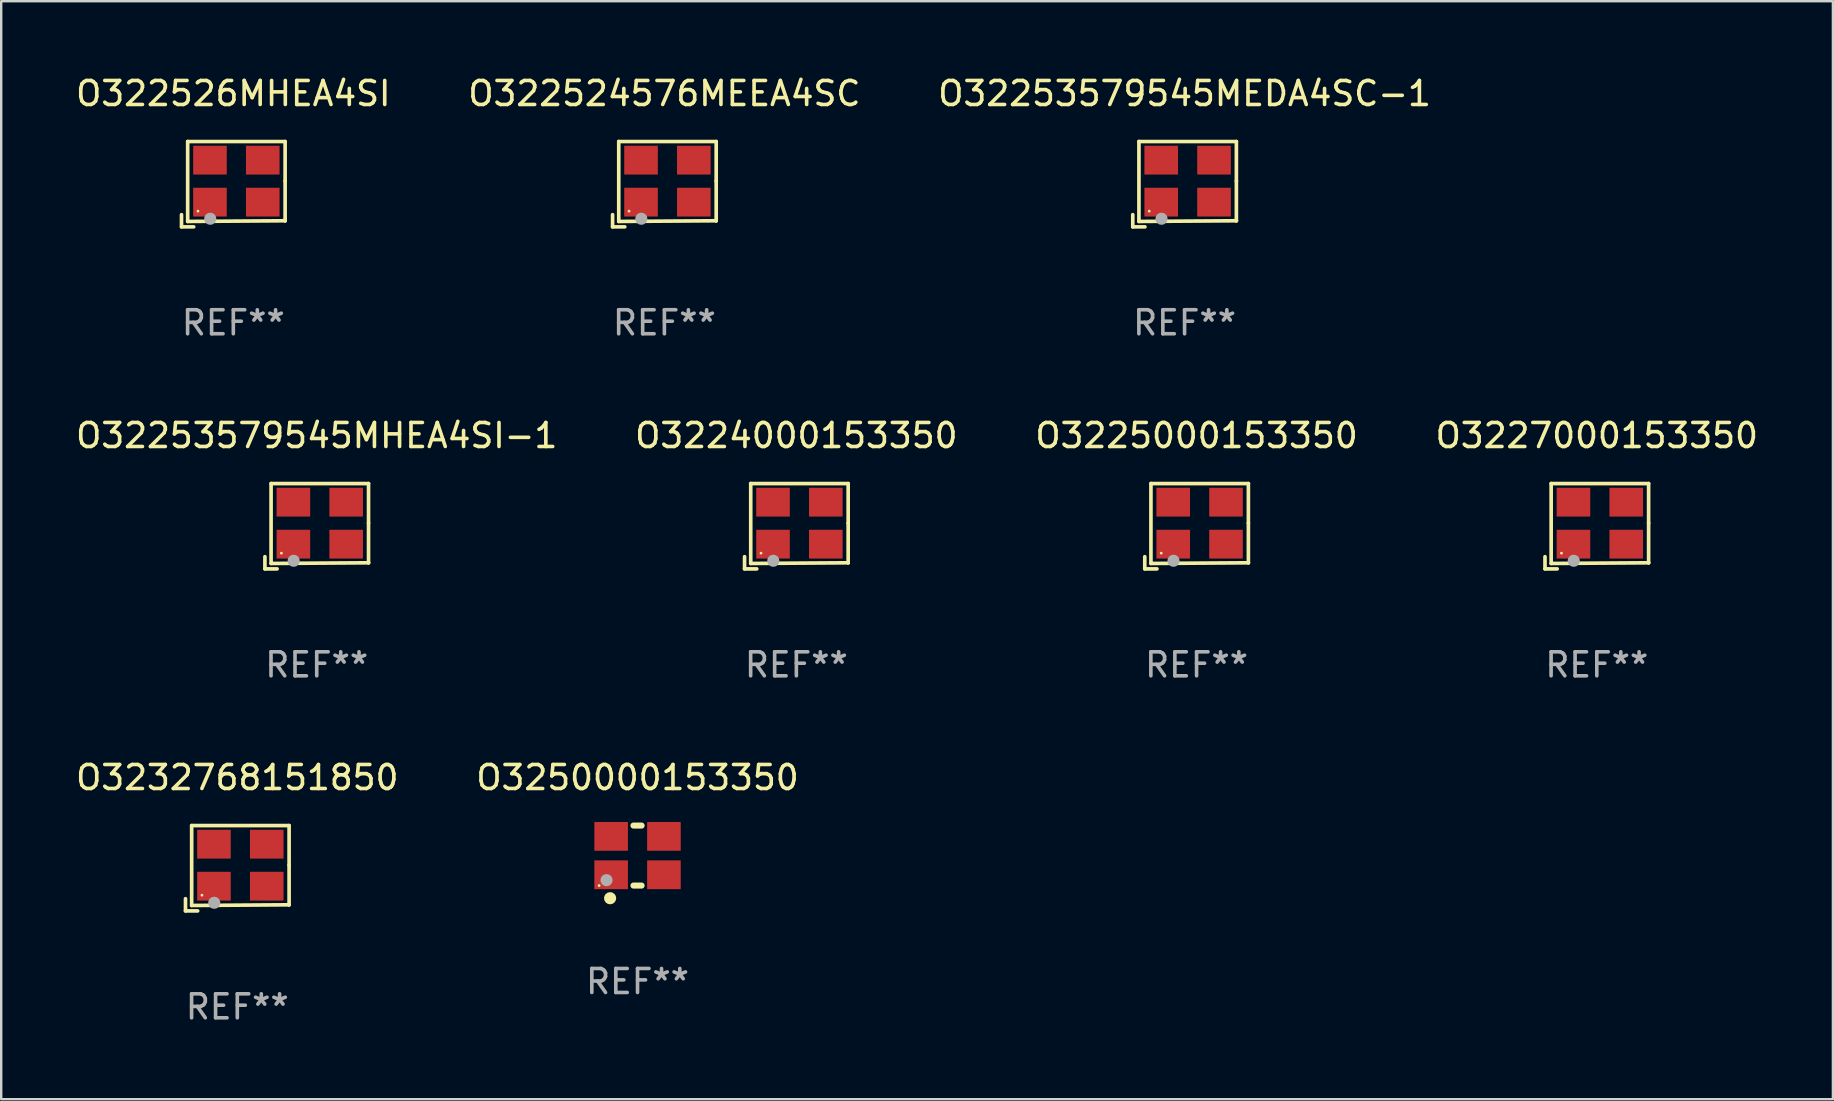
<source format=kicad_pcb>
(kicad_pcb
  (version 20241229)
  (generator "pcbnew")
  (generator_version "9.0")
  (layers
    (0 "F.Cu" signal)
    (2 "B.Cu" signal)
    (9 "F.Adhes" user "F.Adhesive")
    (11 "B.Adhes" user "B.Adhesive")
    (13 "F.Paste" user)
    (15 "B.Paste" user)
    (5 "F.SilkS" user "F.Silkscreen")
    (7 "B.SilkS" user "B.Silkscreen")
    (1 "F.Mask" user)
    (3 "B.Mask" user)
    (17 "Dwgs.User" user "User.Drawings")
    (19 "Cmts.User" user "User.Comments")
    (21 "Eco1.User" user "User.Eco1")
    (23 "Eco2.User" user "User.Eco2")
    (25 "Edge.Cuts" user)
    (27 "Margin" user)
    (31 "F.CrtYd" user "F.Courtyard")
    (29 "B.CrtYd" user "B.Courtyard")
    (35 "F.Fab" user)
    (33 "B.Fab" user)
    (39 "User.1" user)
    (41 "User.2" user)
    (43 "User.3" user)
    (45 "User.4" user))
  (footprint "O3225000153350"
    (layer "F.Cu")
    (at 46.815 18.879)
    (property "Reference" "O3225000153350" (at 0 -3.778 0) (layer "F.SilkS") (effects (font (size 1 1) (thickness 0.15))))
    (attr through_hole)
    (fp_line (start -2.159 1.27) (end -2.159 1.778) (stroke (width 0.152) (type solid)) (layer "F.SilkS"))
    (fp_line (start -2.159 1.778) (end -1.651 1.778) (stroke (width 0.152) (type solid)) (layer "F.SilkS"))
    (fp_line (start -1.902 -1.778) (end 2.159 -1.778) (stroke (width 0.152) (type solid)) (layer "F.SilkS"))
    (fp_line (start -1.902 1.552) (end -1.902 -1.778) (stroke (width 0.152) (type solid)) (layer "F.SilkS"))
    (fp_line (start 2.159 -1.778) (end 2.159 -0.127) (stroke (width 0.152) (type solid)) (layer "F.SilkS"))
    (fp_line (start 2.159 -0.127) (end 2.159 1.524) (stroke (width 0.152) (type solid)) (layer "F.SilkS"))
    (fp_line (start 2.159 1.524) (end -1.902 1.552) (stroke (width 0.152) (type solid)) (layer "F.SilkS"))
    (fp_line (start 2.159 1.524) (end 2.159 1.524) (stroke (width 0.152) (type solid)) (layer "F.SilkS"))
    (fp_circle (center -1.473 1.123) (end -1.443 1.123) (stroke (width 0.06) (type solid)) (fill no) (layer "F.SilkS"))
    (fp_circle (center -0.961 1.44) (end -0.834 1.44) (stroke (width 0.254) (type solid)) (fill no) (layer "F.Fab"))
    (fp_text user "REF**" (at 0 5.778 0) (layer "F.Fab") (effects (font (size 1 1) (thickness 0.15))))
    (pad "1" smd rect (at -0.973 0.748) (size 1.4 1.2) (layers "F.Cu" "F.Mask" "F.Paste"))
    (pad "2" smd rect (at 1.227 0.748) (size 1.4 1.2) (layers "F.Cu" "F.Mask" "F.Paste"))
    (pad "3" smd rect (at 1.227 -1.002) (size 1.4 1.2) (layers "F.Cu" "F.Mask" "F.Paste"))
    (pad "4" smd rect (at -0.973 -1.002) (size 1.4 1.2) (layers "F.Cu" "F.Mask" "F.Paste")))
  (footprint "O32253579545MEDA4SC-1"
    (layer "F.Cu")
    (at 46.315 4.626)
    (property "Reference" "O32253579545MEDA4SC-1" (at 0 -3.778 0) (layer "F.SilkS") (effects (font (size 1 1) (thickness 0.15))))
    (attr through_hole)
    (fp_line (start -2.159 1.27) (end -2.159 1.778) (stroke (width 0.152) (type solid)) (layer "F.SilkS"))
    (fp_line (start -2.159 1.778) (end -1.651 1.778) (stroke (width 0.152) (type solid)) (layer "F.SilkS"))
    (fp_line (start -1.902 -1.778) (end 2.159 -1.778) (stroke (width 0.152) (type solid)) (layer "F.SilkS"))
    (fp_line (start -1.902 1.552) (end -1.902 -1.778) (stroke (width 0.152) (type solid)) (layer "F.SilkS"))
    (fp_line (start 2.159 -1.778) (end 2.159 -0.127) (stroke (width 0.152) (type solid)) (layer "F.SilkS"))
    (fp_line (start 2.159 -0.127) (end 2.159 1.524) (stroke (width 0.152) (type solid)) (layer "F.SilkS"))
    (fp_line (start 2.159 1.524) (end -1.902 1.552) (stroke (width 0.152) (type solid)) (layer "F.SilkS"))
    (fp_line (start 2.159 1.524) (end 2.159 1.524) (stroke (width 0.152) (type solid)) (layer "F.SilkS"))
    (fp_circle (center -1.473 1.123) (end -1.443 1.123) (stroke (width 0.06) (type solid)) (fill no) (layer "F.SilkS"))
    (fp_circle (center -0.961 1.44) (end -0.834 1.44) (stroke (width 0.254) (type solid)) (fill no) (layer "F.Fab"))
    (fp_text user "REF**" (at 0 5.778 0) (layer "F.Fab") (effects (font (size 1 1) (thickness 0.15))))
    (pad "1" smd rect (at -0.973 0.748) (size 1.4 1.2) (layers "F.Cu" "F.Mask" "F.Paste"))
    (pad "2" smd rect (at 1.227 0.748) (size 1.4 1.2) (layers "F.Cu" "F.Mask" "F.Paste"))
    (pad "3" smd rect (at 1.227 -1.002) (size 1.4 1.2) (layers "F.Cu" "F.Mask" "F.Paste"))
    (pad "4" smd rect (at -0.973 -1.002) (size 1.4 1.2) (layers "F.Cu" "F.Mask" "F.Paste")))
  (footprint "O32253579545MHEA4SI-1"
    (layer "F.Cu")
    (at 10.149 18.879)
    (property "Reference" "O32253579545MHEA4SI-1" (at 0 -3.778 0) (layer "F.SilkS") (effects (font (size 1 1) (thickness 0.15))))
    (attr through_hole)
    (fp_line (start -2.159 1.27) (end -2.159 1.778) (stroke (width 0.152) (type solid)) (layer "F.SilkS"))
    (fp_line (start -2.159 1.778) (end -1.651 1.778) (stroke (width 0.152) (type solid)) (layer "F.SilkS"))
    (fp_line (start -1.902 -1.778) (end 2.159 -1.778) (stroke (width 0.152) (type solid)) (layer "F.SilkS"))
    (fp_line (start -1.902 1.552) (end -1.902 -1.778) (stroke (width 0.152) (type solid)) (layer "F.SilkS"))
    (fp_line (start 2.159 -1.778) (end 2.159 -0.127) (stroke (width 0.152) (type solid)) (layer "F.SilkS"))
    (fp_line (start 2.159 -0.127) (end 2.159 1.524) (stroke (width 0.152) (type solid)) (layer "F.SilkS"))
    (fp_line (start 2.159 1.524) (end -1.902 1.552) (stroke (width 0.152) (type solid)) (layer "F.SilkS"))
    (fp_line (start 2.159 1.524) (end 2.159 1.524) (stroke (width 0.152) (type solid)) (layer "F.SilkS"))
    (fp_circle (center -1.473 1.123) (end -1.443 1.123) (stroke (width 0.06) (type solid)) (fill no) (layer "F.SilkS"))
    (fp_circle (center -0.961 1.44) (end -0.834 1.44) (stroke (width 0.254) (type solid)) (fill no) (layer "F.Fab"))
    (fp_text user "REF**" (at 0 5.778 0) (layer "F.Fab") (effects (font (size 1 1) (thickness 0.15))))
    (pad "1" smd rect (at -0.973 0.748) (size 1.4 1.2) (layers "F.Cu" "F.Mask" "F.Paste"))
    (pad "2" smd rect (at 1.227 0.748) (size 1.4 1.2) (layers "F.Cu" "F.Mask" "F.Paste"))
    (pad "3" smd rect (at 1.227 -1.002) (size 1.4 1.2) (layers "F.Cu" "F.Mask" "F.Paste"))
    (pad "4" smd rect (at -0.973 -1.002) (size 1.4 1.2) (layers "F.Cu" "F.Mask" "F.Paste")))
  (footprint "O322526MHEA4SI"
    (layer "F.Cu")
    (at 6.673 4.626)
    (property "Reference" "O322526MHEA4SI" (at 0 -3.778 0) (layer "F.SilkS") (effects (font (size 1 1) (thickness 0.15))))
    (attr through_hole)
    (fp_line (start -2.159 1.27) (end -2.159 1.778) (stroke (width 0.152) (type solid)) (layer "F.SilkS"))
    (fp_line (start -2.159 1.778) (end -1.651 1.778) (stroke (width 0.152) (type solid)) (layer "F.SilkS"))
    (fp_line (start -1.902 -1.778) (end 2.159 -1.778) (stroke (width 0.152) (type solid)) (layer "F.SilkS"))
    (fp_line (start -1.902 1.552) (end -1.902 -1.778) (stroke (width 0.152) (type solid)) (layer "F.SilkS"))
    (fp_line (start 2.159 -1.778) (end 2.159 -0.127) (stroke (width 0.152) (type solid)) (layer "F.SilkS"))
    (fp_line (start 2.159 -0.127) (end 2.159 1.524) (stroke (width 0.152) (type solid)) (layer "F.SilkS"))
    (fp_line (start 2.159 1.524) (end -1.902 1.552) (stroke (width 0.152) (type solid)) (layer "F.SilkS"))
    (fp_line (start 2.159 1.524) (end 2.159 1.524) (stroke (width 0.152) (type solid)) (layer "F.SilkS"))
    (fp_circle (center -1.473 1.123) (end -1.443 1.123) (stroke (width 0.06) (type solid)) (fill no) (layer "F.SilkS"))
    (fp_circle (center -0.961 1.44) (end -0.834 1.44) (stroke (width 0.254) (type solid)) (fill no) (layer "F.Fab"))
    (fp_text user "REF**" (at 0 5.778 0) (layer "F.Fab") (effects (font (size 1 1) (thickness 0.15))))
    (pad "1" smd rect (at -0.973 0.748) (size 1.4 1.2) (layers "F.Cu" "F.Mask" "F.Paste"))
    (pad "2" smd rect (at 1.227 0.748) (size 1.4 1.2) (layers "F.Cu" "F.Mask" "F.Paste"))
    (pad "3" smd rect (at 1.227 -1.002) (size 1.4 1.2) (layers "F.Cu" "F.Mask" "F.Paste"))
    (pad "4" smd rect (at -0.973 -1.002) (size 1.4 1.2) (layers "F.Cu" "F.Mask" "F.Paste")))
  (footprint "O3232768151850"
    (layer "F.Cu")
    (at 6.839 33.132)
    (property "Reference" "O3232768151850" (at 0 -3.778 0) (layer "F.SilkS") (effects (font (size 1 1) (thickness 0.15))))
    (attr through_hole)
    (fp_line (start -2.159 1.27) (end -2.159 1.778) (stroke (width 0.152) (type solid)) (layer "F.SilkS"))
    (fp_line (start -2.159 1.778) (end -1.651 1.778) (stroke (width 0.152) (type solid)) (layer "F.SilkS"))
    (fp_line (start -1.902 -1.778) (end 2.159 -1.778) (stroke (width 0.152) (type solid)) (layer "F.SilkS"))
    (fp_line (start -1.902 1.552) (end -1.902 -1.778) (stroke (width 0.152) (type solid)) (layer "F.SilkS"))
    (fp_line (start 2.159 -1.778) (end 2.159 -0.127) (stroke (width 0.152) (type solid)) (layer "F.SilkS"))
    (fp_line (start 2.159 -0.127) (end 2.159 1.524) (stroke (width 0.152) (type solid)) (layer "F.SilkS"))
    (fp_line (start 2.159 1.524) (end -1.902 1.552) (stroke (width 0.152) (type solid)) (layer "F.SilkS"))
    (fp_line (start 2.159 1.524) (end 2.159 1.524) (stroke (width 0.152) (type solid)) (layer "F.SilkS"))
    (fp_circle (center -1.473 1.123) (end -1.443 1.123) (stroke (width 0.06) (type solid)) (fill no) (layer "F.SilkS"))
    (fp_circle (center -0.961 1.44) (end -0.834 1.44) (stroke (width 0.254) (type solid)) (fill no) (layer "F.Fab"))
    (fp_text user "REF**" (at 0 5.778 0) (layer "F.Fab") (effects (font (size 1 1) (thickness 0.15))))
    (pad "1" smd rect (at -0.973 0.748) (size 1.4 1.2) (layers "F.Cu" "F.Mask" "F.Paste"))
    (pad "2" smd rect (at 1.227 0.748) (size 1.4 1.2) (layers "F.Cu" "F.Mask" "F.Paste"))
    (pad "3" smd rect (at 1.227 -1.002) (size 1.4 1.2) (layers "F.Cu" "F.Mask" "F.Paste"))
    (pad "4" smd rect (at -0.973 -1.002) (size 1.4 1.2) (layers "F.Cu" "F.Mask" "F.Paste")))
  (footprint "O3227000153350"
    (layer "F.Cu")
    (at 63.494 18.879)
    (property "Reference" "O3227000153350" (at 0 -3.778 0) (layer "F.SilkS") (effects (font (size 1 1) (thickness 0.15))))
    (attr through_hole)
    (fp_line (start -2.159 1.27) (end -2.159 1.778) (stroke (width 0.152) (type solid)) (layer "F.SilkS"))
    (fp_line (start -2.159 1.778) (end -1.651 1.778) (stroke (width 0.152) (type solid)) (layer "F.SilkS"))
    (fp_line (start -1.902 -1.778) (end 2.159 -1.778) (stroke (width 0.152) (type solid)) (layer "F.SilkS"))
    (fp_line (start -1.902 1.552) (end -1.902 -1.778) (stroke (width 0.152) (type solid)) (layer "F.SilkS"))
    (fp_line (start 2.159 -1.778) (end 2.159 -0.127) (stroke (width 0.152) (type solid)) (layer "F.SilkS"))
    (fp_line (start 2.159 -0.127) (end 2.159 1.524) (stroke (width 0.152) (type solid)) (layer "F.SilkS"))
    (fp_line (start 2.159 1.524) (end -1.902 1.552) (stroke (width 0.152) (type solid)) (layer "F.SilkS"))
    (fp_line (start 2.159 1.524) (end 2.159 1.524) (stroke (width 0.152) (type solid)) (layer "F.SilkS"))
    (fp_circle (center -1.473 1.123) (end -1.443 1.123) (stroke (width 0.06) (type solid)) (fill no) (layer "F.SilkS"))
    (fp_circle (center -0.961 1.44) (end -0.834 1.44) (stroke (width 0.254) (type solid)) (fill no) (layer "F.Fab"))
    (fp_text user "REF**" (at 0 5.778 0) (layer "F.Fab") (effects (font (size 1 1) (thickness 0.15))))
    (pad "1" smd rect (at -0.973 0.748) (size 1.4 1.2) (layers "F.Cu" "F.Mask" "F.Paste"))
    (pad "2" smd rect (at 1.227 0.748) (size 1.4 1.2) (layers "F.Cu" "F.Mask" "F.Paste"))
    (pad "3" smd rect (at 1.227 -1.002) (size 1.4 1.2) (layers "F.Cu" "F.Mask" "F.Paste"))
    (pad "4" smd rect (at -0.973 -1.002) (size 1.4 1.2) (layers "F.Cu" "F.Mask" "F.Paste")))
  (footprint "O3250000153350"
    (layer "F.Cu")
    (at 23.518 32.604)
    (property "Reference" "O3250000153350" (at 0 -3.25 0) (layer "F.SilkS") (effects (font (size 1 1) (thickness 0.15))))
    (attr through_hole)
    (fp_line (start -0.169 -1.25) (end 0.169 -1.25) (stroke (width 0.254) (type solid)) (layer "F.SilkS"))
    (fp_line (start -0.169 1.25) (end 0.169 1.25) (stroke (width 0.254) (type solid)) (layer "F.SilkS"))
    (fp_circle (center -1.6 1.25) (end -1.57 1.25) (stroke (width 0.06) (type solid)) (fill no) (layer "F.SilkS"))
    (fp_circle (center -1.143 1.778) (end -1.016 1.778) (stroke (width 0.254) (type solid)) (fill no) (layer "F.SilkS"))
    (fp_circle (center -1.292 1.025) (end -1.165 1.025) (stroke (width 0.254) (type solid)) (fill no) (layer "F.Fab"))
    (fp_text user "REF**" (at 0 5.25 0) (layer "F.Fab") (effects (font (size 1 1) (thickness 0.15))))
    (pad "1" smd rect (at -1.1 0.8) (size 1.4 1.2) (layers "F.Cu" "F.Mask" "F.Paste"))
    (pad "2" smd rect (at 1.1 0.8) (size 1.4 1.2) (layers "F.Cu" "F.Mask" "F.Paste"))
    (pad "3" smd rect (at 1.1 -0.8) (size 1.4 1.2) (layers "F.Cu" "F.Mask" "F.Paste"))
    (pad "4" smd rect (at -1.1 -0.8) (size 1.4 1.2) (layers "F.Cu" "F.Mask" "F.Paste")))
  (footprint "O3224000153350"
    (layer "F.Cu")
    (at 30.137 18.879)
    (property "Reference" "O3224000153350" (at 0 -3.778 0) (layer "F.SilkS") (effects (font (size 1 1) (thickness 0.15))))
    (attr through_hole)
    (fp_line (start -2.159 1.27) (end -2.159 1.778) (stroke (width 0.152) (type solid)) (layer "F.SilkS"))
    (fp_line (start -2.159 1.778) (end -1.651 1.778) (stroke (width 0.152) (type solid)) (layer "F.SilkS"))
    (fp_line (start -1.902 -1.778) (end 2.159 -1.778) (stroke (width 0.152) (type solid)) (layer "F.SilkS"))
    (fp_line (start -1.902 1.552) (end -1.902 -1.778) (stroke (width 0.152) (type solid)) (layer "F.SilkS"))
    (fp_line (start 2.159 -1.778) (end 2.159 -0.127) (stroke (width 0.152) (type solid)) (layer "F.SilkS"))
    (fp_line (start 2.159 -0.127) (end 2.159 1.524) (stroke (width 0.152) (type solid)) (layer "F.SilkS"))
    (fp_line (start 2.159 1.524) (end -1.902 1.552) (stroke (width 0.152) (type solid)) (layer "F.SilkS"))
    (fp_line (start 2.159 1.524) (end 2.159 1.524) (stroke (width 0.152) (type solid)) (layer "F.SilkS"))
    (fp_circle (center -1.473 1.123) (end -1.443 1.123) (stroke (width 0.06) (type solid)) (fill no) (layer "F.SilkS"))
    (fp_circle (center -0.961 1.44) (end -0.834 1.44) (stroke (width 0.254) (type solid)) (fill no) (layer "F.Fab"))
    (fp_text user "REF**" (at 0 5.778 0) (layer "F.Fab") (effects (font (size 1 1) (thickness 0.15))))
    (pad "1" smd rect (at -0.973 0.748) (size 1.4 1.2) (layers "F.Cu" "F.Mask" "F.Paste"))
    (pad "2" smd rect (at 1.227 0.748) (size 1.4 1.2) (layers "F.Cu" "F.Mask" "F.Paste"))
    (pad "3" smd rect (at 1.227 -1.002) (size 1.4 1.2) (layers "F.Cu" "F.Mask" "F.Paste"))
    (pad "4" smd rect (at -0.973 -1.002) (size 1.4 1.2) (layers "F.Cu" "F.Mask" "F.Paste")))
  (footprint "O322524576MEEA4SC"
    (layer "F.Cu")
    (at 24.637 4.626)
    (property "Reference" "O322524576MEEA4SC" (at 0 -3.778 0) (layer "F.SilkS") (effects (font (size 1 1) (thickness 0.15))))
    (attr through_hole)
    (fp_line (start -2.159 1.27) (end -2.159 1.778) (stroke (width 0.152) (type solid)) (layer "F.SilkS"))
    (fp_line (start -2.159 1.778) (end -1.651 1.778) (stroke (width 0.152) (type solid)) (layer "F.SilkS"))
    (fp_line (start -1.902 -1.778) (end 2.159 -1.778) (stroke (width 0.152) (type solid)) (layer "F.SilkS"))
    (fp_line (start -1.902 1.552) (end -1.902 -1.778) (stroke (width 0.152) (type solid)) (layer "F.SilkS"))
    (fp_line (start 2.159 -1.778) (end 2.159 -0.127) (stroke (width 0.152) (type solid)) (layer "F.SilkS"))
    (fp_line (start 2.159 -0.127) (end 2.159 1.524) (stroke (width 0.152) (type solid)) (layer "F.SilkS"))
    (fp_line (start 2.159 1.524) (end -1.902 1.552) (stroke (width 0.152) (type solid)) (layer "F.SilkS"))
    (fp_line (start 2.159 1.524) (end 2.159 1.524) (stroke (width 0.152) (type solid)) (layer "F.SilkS"))
    (fp_circle (center -1.473 1.123) (end -1.443 1.123) (stroke (width 0.06) (type solid)) (fill no) (layer "F.SilkS"))
    (fp_circle (center -0.961 1.44) (end -0.834 1.44) (stroke (width 0.254) (type solid)) (fill no) (layer "F.Fab"))
    (fp_text user "REF**" (at 0 5.778 0) (layer "F.Fab") (effects (font (size 1 1) (thickness 0.15))))
    (pad "1" smd rect (at -0.973 0.748) (size 1.4 1.2) (layers "F.Cu" "F.Mask" "F.Paste"))
    (pad "2" smd rect (at 1.227 0.748) (size 1.4 1.2) (layers "F.Cu" "F.Mask" "F.Paste"))
    (pad "3" smd rect (at 1.227 -1.002) (size 1.4 1.2) (layers "F.Cu" "F.Mask" "F.Paste"))
    (pad "4" smd rect (at -0.973 -1.002) (size 1.4 1.2) (layers "F.Cu" "F.Mask" "F.Paste")))
  (gr_rect
    (start -3 -3)
    (end 73.333 42.758)
    (stroke (width 0.1) (type default))
    (fill no)
    (layer "Edge.Cuts")))
</source>
